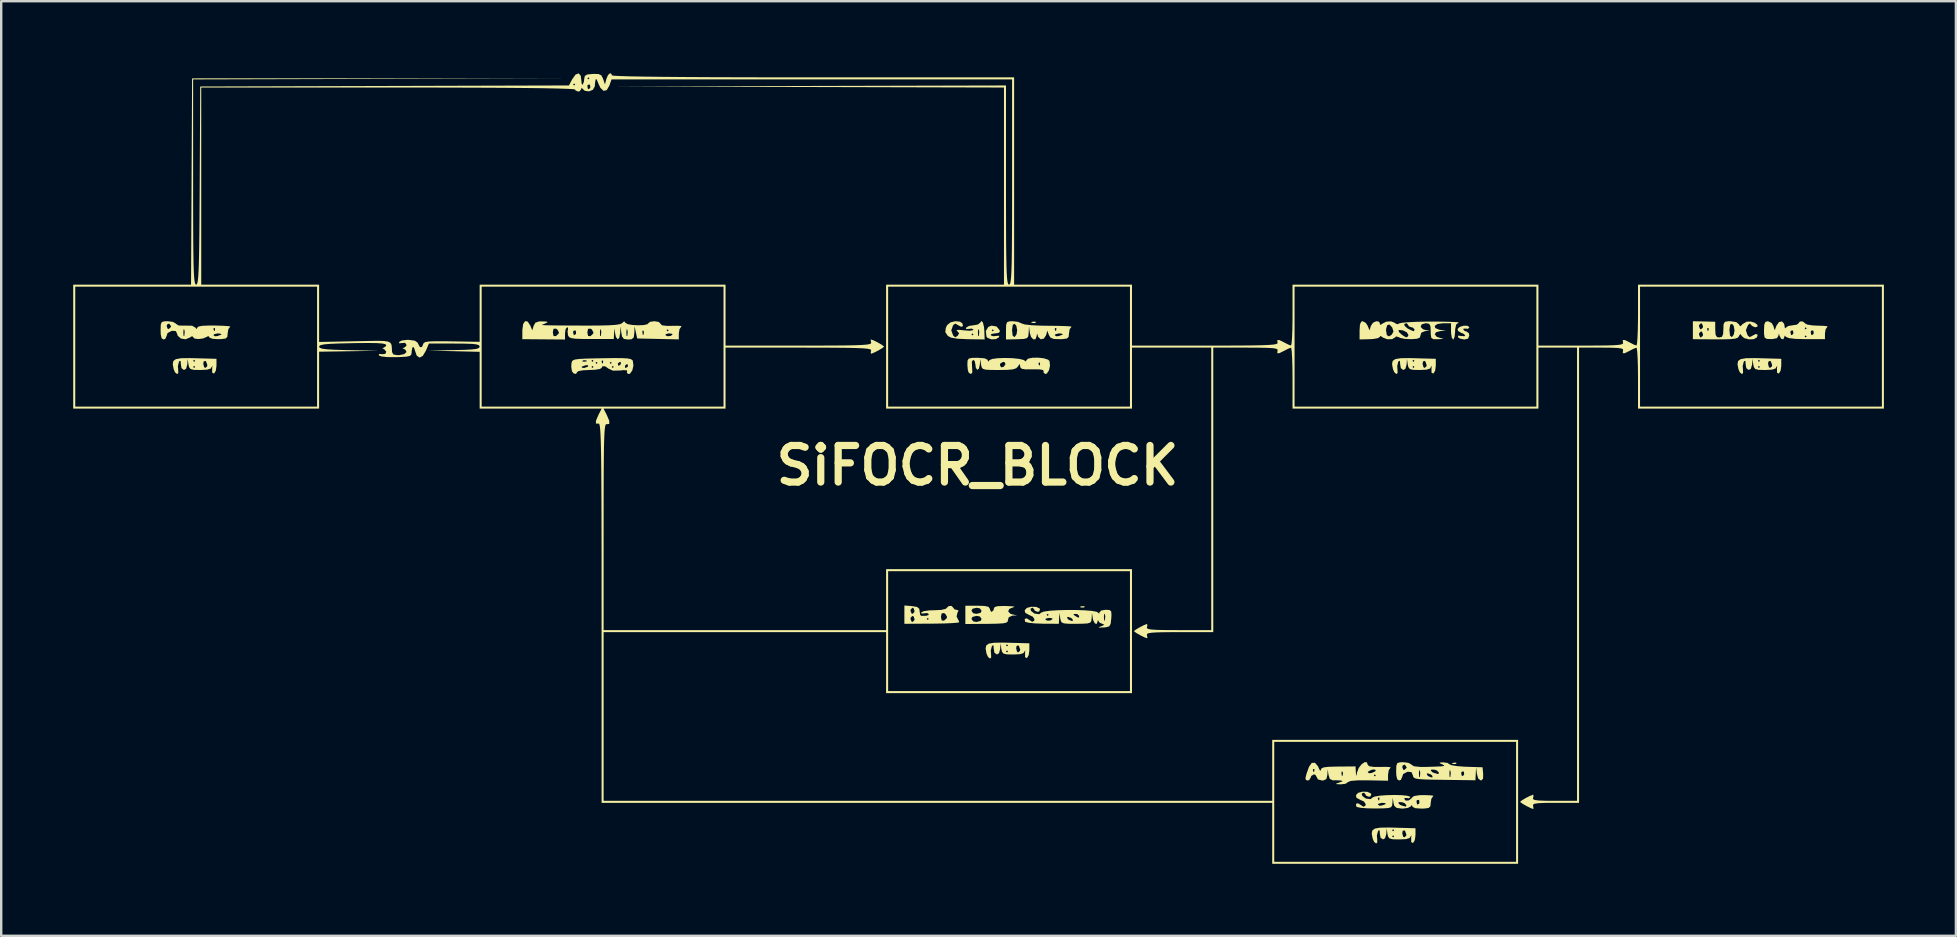
<source format=kicad_pcb>
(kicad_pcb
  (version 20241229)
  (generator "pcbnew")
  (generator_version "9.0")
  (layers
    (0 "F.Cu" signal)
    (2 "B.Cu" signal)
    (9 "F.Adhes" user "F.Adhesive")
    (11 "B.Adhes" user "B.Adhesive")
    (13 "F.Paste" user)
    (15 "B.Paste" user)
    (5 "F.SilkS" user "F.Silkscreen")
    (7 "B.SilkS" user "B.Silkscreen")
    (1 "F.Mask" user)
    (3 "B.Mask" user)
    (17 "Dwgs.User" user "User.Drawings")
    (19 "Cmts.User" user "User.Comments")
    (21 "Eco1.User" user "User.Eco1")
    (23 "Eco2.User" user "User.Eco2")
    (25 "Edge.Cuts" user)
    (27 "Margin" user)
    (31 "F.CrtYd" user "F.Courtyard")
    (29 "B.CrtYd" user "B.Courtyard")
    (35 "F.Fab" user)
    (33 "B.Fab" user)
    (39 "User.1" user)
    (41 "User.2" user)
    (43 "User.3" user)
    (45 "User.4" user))
  (footprint "SiFOCR_BLOCK"
    (layer "F.Cu")
    (at 37.677 16.344)
    (property "Reference" "SiFOCR_BLOCK" (at 0 0 0) (layer "F.SilkS") (effects (font (size 1.524 1.524) (thickness 0.3))))
    (attr board_only exclude_from_pos_files exclude_from_bom)
    (fp_poly (pts (xy 2.432 -5.978) (xy 2.407 -5.939) (xy 2.321 -5.933) (xy 2.231 -5.954) (xy 2.27 -5.985) (xy 2.402 -5.995)) (stroke (width 0) (type solid)) (fill yes) (layer "F.SilkS"))
    (fp_poly (pts (xy 4.464 5.876) (xy 4.439 5.914) (xy 4.353 5.92) (xy 4.263 5.899) (xy 4.302 5.869) (xy 4.434 5.859)) (stroke (width 0) (type solid)) (fill yes) (layer "F.SilkS"))
    (fp_poly (pts (xy 19.958 12.395) (xy 19.933 12.433) (xy 19.847 12.439) (xy 19.757 12.419) (xy 19.796 12.388) (xy 19.928 12.378)) (stroke (width 0) (type solid)) (fill yes) (layer "F.SilkS"))
    (fp_poly (pts (xy 0.79 -5.792) (xy 0.915 -5.647) (xy 0.93 -5.567) (xy 0.858 -5.519) (xy 0.715 -5.503) (xy 0.571 -5.479) (xy 0.545 -5.427) (xy 0.654 -5.385) (xy 0.775 -5.398) (xy 0.902 -5.408) (xy 0.897 -5.347) (xy 0.767 -5.266) (xy 0.578 -5.256) (xy 0.417 -5.314) (xy 0.371 -5.371) (xy 0.346 -5.604) (xy 0.362 -5.63) (xy 0.593 -5.63) (xy 0.635 -5.588) (xy 0.677 -5.63) (xy 0.635 -5.673) (xy 0.593 -5.63) (xy 0.362 -5.63) (xy 0.448 -5.773) (xy 0.584 -5.828)) (stroke (width 0) (type solid)) (fill yes) (layer "F.SilkS"))
    (fp_poly (pts (xy 20.488 -5.767) (xy 20.489 -5.754) (xy 20.428 -5.692) (xy 20.362 -5.703) (xy 20.253 -5.705) (xy 20.235 -5.67) (xy 20.304 -5.597) (xy 20.362 -5.588) (xy 20.466 -5.517) (xy 20.489 -5.419) (xy 20.438 -5.285) (xy 20.283 -5.249) (xy 20.1 -5.286) (xy 20.015 -5.347) (xy 20.018 -5.411) (xy 20.137 -5.398) (xy 20.28 -5.385) (xy 20.32 -5.417) (xy 20.249 -5.488) (xy 20.142 -5.53) (xy 20.016 -5.61) (xy 20 -5.688) (xy 20.091 -5.775) (xy 20.25 -5.823) (xy 20.406 -5.824)) (stroke (width 0) (type solid)) (fill yes) (layer "F.SilkS"))
    (fp_poly (pts (xy 0.295 5.852) (xy 0.453 5.886) (xy 0.507 5.954) (xy 0.508 5.969) (xy 0.554 6.082) (xy 0.593 6.096) (xy 0.668 6.027) (xy 0.677 5.969) (xy 0.713 5.898) (xy 0.84 5.861) (xy 1.093 5.853) (xy 1.206 5.855) (xy 1.439 5.866) (xy 1.547 5.883) (xy 1.508 5.902) (xy 1.503 5.903) (xy 1.323 5.974) (xy 1.277 6.081) (xy 1.371 6.178) (xy 1.46 6.206) (xy 1.651 6.242) (xy 1.46 6.254) (xy 1.302 6.32) (xy 1.27 6.428) (xy 1.257 6.5) (xy 1.198 6.548) (xy 1.063 6.576) (xy 0.822 6.59) (xy 0.446 6.597) (xy 0.381 6.597) (xy -0.508 6.604) (xy -0.508 6.392) (xy -0.254 6.392) (xy -0.18 6.494) (xy -0.042 6.519) (xy 0.128 6.475) (xy 0.169 6.392) (xy 0.096 6.29) (xy -0.042 6.265) (xy -0.213 6.309) (xy -0.254 6.392) (xy -0.508 6.392) (xy -0.508 6.054) (xy -0.254 6.054) (xy -0.18 6.156) (xy -0.042 6.181) (xy 0.128 6.137) (xy 0.169 6.054) (xy 0.096 5.952) (xy -0.042 5.927) (xy -0.213 5.971) (xy -0.254 6.054) (xy -0.508 6.054) (xy -0.508 5.842) (xy 0 5.842)) (stroke (width 0) (type solid)) (fill yes) (layer "F.SilkS"))
    (fp_poly (pts (xy 0.225 -5.954) (xy 0.269 -5.771) (xy 0.284 -5.595) (xy 0.296 -5.252) (xy -0.407 -5.262) (xy -0.83 -5.281) (xy -1.102 -5.327) (xy -1.233 -5.394) (xy -1.341 -5.552) (xy -1.324 -5.727) (xy -1.267 -5.848) (xy -1.131 -5.961) (xy -0.927 -6.012) (xy -0.73 -5.992) (xy -0.632 -5.921) (xy -0.606 -5.806) (xy -0.688 -5.78) (xy -0.809 -5.846) (xy -0.929 -5.914) (xy -1.013 -5.849) (xy -1.021 -5.837) (xy -1.094 -5.629) (xy -1.018 -5.42) (xy -1.018 -5.419) (xy -0.93 -5.339) (xy -0.83 -5.402) (xy -0.795 -5.461) (xy -0.254 -5.461) (xy -0.212 -5.419) (xy -0.169 -5.461) (xy -0.212 -5.503) (xy -0.254 -5.461) (xy -0.795 -5.461) (xy -0.767 -5.509) (xy -0.8 -5.546) (xy 0.017 -5.546) (xy 0.026 -5.401) (xy 0.052 -5.388) (xy 0.056 -5.396) (xy 0.072 -5.564) (xy 0.059 -5.65) (xy 0.032 -5.684) (xy 0.017 -5.572) (xy 0.017 -5.546) (xy -0.8 -5.546) (xy -0.847 -5.598) (xy -0.877 -5.645) (xy -0.763 -5.652) (xy -0.572 -5.631) (xy -0.321 -5.613) (xy -0.184 -5.637) (xy -0.169 -5.66) (xy -0.237 -5.705) (xy -0.352 -5.694) (xy -0.479 -5.683) (xy -0.474 -5.744) (xy -0.353 -5.816) (xy -0.171 -5.842) (xy 0.016 -5.875) (xy 0.108 -5.948) (xy 0.167 -6.022)) (stroke (width 0) (type solid)) (fill yes) (layer "F.SilkS"))
    (fp_poly (pts (xy -32.577 -4.469) (xy -31.708 -4.445) (xy -31.708 -4.156) (xy -31.735 -3.951) (xy -31.803 -3.836) (xy -31.813 -3.831) (xy -31.886 -3.867) (xy -31.888 -4.036) (xy -31.877 -4.159) (xy -31.892 -4.138) (xy -31.894 -4.128) (xy -31.952 -4.038) (xy -32.096 -3.993) (xy -32.364 -3.979) (xy -32.385 -3.979) (xy -32.649 -3.985) (xy -32.789 -4.018) (xy -32.851 -4.1) (xy -32.853 -4.106) (xy -32.681 -4.106) (xy -32.639 -4.064) (xy -32.597 -4.106) (xy -32.639 -4.149) (xy -32.681 -4.106) (xy -32.853 -4.106) (xy -32.875 -4.212) (xy -32.879 -4.238) (xy -32.258 -4.238) (xy -32.223 -4.098) (xy -32.173 -4.064) (xy -32.097 -4.132) (xy -32.089 -4.186) (xy -32.14 -4.33) (xy -32.173 -4.36) (xy -32.24 -4.334) (xy -32.258 -4.238) (xy -32.879 -4.238) (xy -32.897 -4.36) (xy -32.681 -4.36) (xy -32.639 -4.318) (xy -32.597 -4.36) (xy -32.639 -4.403) (xy -32.681 -4.36) (xy -32.897 -4.36) (xy -32.91 -4.445) (xy -32.923 -4.212) (xy -32.974 -4.029) (xy -33.062 -3.979) (xy -33.164 -4.054) (xy -33.191 -4.212) (xy -33.204 -4.359) (xy -33.247 -4.354) (xy -33.272 -4.319) (xy -33.316 -4.139) (xy -33.304 -4.001) (xy -33.299 -3.851) (xy -33.348 -3.81) (xy -33.435 -3.882) (xy -33.493 -4.021) (xy -33.53 -4.22) (xy -33.506 -4.353) (xy -33.398 -4.432) (xy -33.181 -4.469) (xy -32.833 -4.475)) (stroke (width 0) (type solid)) (fill yes) (layer "F.SilkS"))
    (fp_poly (pts (xy 1.29 7.384) (xy 2.159 7.408) (xy 2.159 7.698) (xy 2.131 7.902) (xy 2.064 8.017) (xy 2.054 8.022) (xy 1.981 7.987) (xy 1.979 7.817) (xy 1.99 7.694) (xy 1.975 7.716) (xy 1.972 7.726) (xy 1.914 7.815) (xy 1.771 7.861) (xy 1.502 7.874) (xy 1.481 7.874) (xy 1.218 7.868) (xy 1.077 7.835) (xy 1.016 7.754) (xy 1.014 7.747) (xy 1.185 7.747) (xy 1.228 7.789) (xy 1.27 7.747) (xy 1.228 7.705) (xy 1.185 7.747) (xy 1.014 7.747) (xy 0.992 7.641) (xy 0.988 7.615) (xy 1.609 7.615) (xy 1.643 7.755) (xy 1.693 7.789) (xy 1.769 7.721) (xy 1.778 7.667) (xy 1.726 7.523) (xy 1.693 7.493) (xy 1.627 7.519) (xy 1.609 7.615) (xy 0.988 7.615) (xy 0.97 7.493) (xy 1.185 7.493) (xy 1.228 7.535) (xy 1.27 7.493) (xy 1.228 7.451) (xy 1.185 7.493) (xy 0.97 7.493) (xy 0.957 7.408) (xy 0.944 7.641) (xy 0.893 7.824) (xy 0.804 7.874) (xy 0.703 7.799) (xy 0.676 7.641) (xy 0.663 7.494) (xy 0.619 7.5) (xy 0.595 7.535) (xy 0.55 7.714) (xy 0.563 7.852) (xy 0.568 8.002) (xy 0.519 8.043) (xy 0.432 7.971) (xy 0.373 7.832) (xy 0.337 7.633) (xy 0.361 7.5) (xy 0.469 7.421) (xy 0.685 7.385) (xy 1.034 7.379)) (stroke (width 0) (type solid)) (fill yes) (layer "F.SilkS"))
    (fp_poly (pts (xy 17.376 15.089) (xy 18.246 15.113) (xy 18.246 15.402) (xy 18.218 15.607) (xy 18.15 15.722) (xy 18.141 15.727) (xy 18.068 15.691) (xy 18.066 15.522) (xy 18.076 15.399) (xy 18.062 15.42) (xy 18.059 15.431) (xy 18.001 15.52) (xy 17.858 15.565) (xy 17.589 15.579) (xy 17.568 15.579) (xy 17.304 15.573) (xy 17.164 15.54) (xy 17.102 15.458) (xy 17.101 15.452) (xy 17.272 15.452) (xy 17.314 15.494) (xy 17.357 15.452) (xy 17.314 15.409) (xy 17.272 15.452) (xy 17.101 15.452) (xy 17.079 15.346) (xy 17.075 15.32) (xy 17.695 15.32) (xy 17.73 15.46) (xy 17.78 15.494) (xy 17.856 15.426) (xy 17.865 15.372) (xy 17.813 15.228) (xy 17.78 15.198) (xy 17.713 15.224) (xy 17.695 15.32) (xy 17.075 15.32) (xy 17.056 15.198) (xy 17.272 15.198) (xy 17.314 15.24) (xy 17.357 15.198) (xy 17.314 15.155) (xy 17.272 15.198) (xy 17.056 15.198) (xy 17.043 15.113) (xy 17.031 15.346) (xy 16.979 15.529) (xy 16.891 15.579) (xy 16.789 15.504) (xy 16.763 15.346) (xy 16.75 15.199) (xy 16.706 15.204) (xy 16.682 15.239) (xy 16.637 15.419) (xy 16.65 15.557) (xy 16.654 15.707) (xy 16.605 15.748) (xy 16.518 15.676) (xy 16.46 15.537) (xy 16.423 15.338) (xy 16.447 15.205) (xy 16.556 15.126) (xy 16.772 15.089) (xy 17.121 15.083)) (stroke (width 0) (type solid)) (fill yes) (layer "F.SilkS"))
    (fp_poly (pts (xy 18.223 -4.469) (xy 19.092 -4.445) (xy 19.092 -4.156) (xy 19.065 -3.951) (xy 18.997 -3.836) (xy 18.987 -3.831) (xy 18.914 -3.867) (xy 18.912 -4.036) (xy 18.923 -4.159) (xy 18.908 -4.138) (xy 18.906 -4.128) (xy 18.848 -4.038) (xy 18.704 -3.993) (xy 18.436 -3.979) (xy 18.415 -3.979) (xy 18.151 -3.985) (xy 18.011 -4.018) (xy 17.949 -4.1) (xy 17.947 -4.106) (xy 18.119 -4.106) (xy 18.161 -4.064) (xy 18.203 -4.106) (xy 18.161 -4.149) (xy 18.119 -4.106) (xy 17.947 -4.106) (xy 17.925 -4.212) (xy 17.921 -4.238) (xy 18.542 -4.238) (xy 18.577 -4.098) (xy 18.627 -4.064) (xy 18.703 -4.132) (xy 18.711 -4.186) (xy 18.66 -4.33) (xy 18.627 -4.36) (xy 18.56 -4.334) (xy 18.542 -4.238) (xy 17.921 -4.238) (xy 17.903 -4.36) (xy 18.119 -4.36) (xy 18.161 -4.318) (xy 18.203 -4.36) (xy 18.161 -4.403) (xy 18.119 -4.36) (xy 17.903 -4.36) (xy 17.89 -4.445) (xy 17.877 -4.212) (xy 17.826 -4.029) (xy 17.738 -3.979) (xy 17.636 -4.054) (xy 17.609 -4.212) (xy 17.596 -4.359) (xy 17.553 -4.354) (xy 17.528 -4.319) (xy 17.484 -4.139) (xy 17.496 -4.001) (xy 17.501 -3.851) (xy 17.452 -3.81) (xy 17.365 -3.882) (xy 17.307 -4.021) (xy 17.27 -4.22) (xy 17.294 -4.353) (xy 17.402 -4.432) (xy 17.619 -4.469) (xy 17.967 -4.475)) (stroke (width 0) (type solid)) (fill yes) (layer "F.SilkS"))
    (fp_poly (pts (xy 32.616 -4.469) (xy 33.486 -4.445) (xy 33.486 -4.156) (xy 33.458 -3.951) (xy 33.39 -3.836) (xy 33.381 -3.831) (xy 33.308 -3.867) (xy 33.306 -4.036) (xy 33.316 -4.159) (xy 33.302 -4.138) (xy 33.299 -4.128) (xy 33.241 -4.038) (xy 33.098 -3.993) (xy 32.829 -3.979) (xy 32.808 -3.979) (xy 32.544 -3.985) (xy 32.404 -4.018) (xy 32.342 -4.1) (xy 32.341 -4.106) (xy 32.512 -4.106) (xy 32.554 -4.064) (xy 32.597 -4.106) (xy 32.554 -4.149) (xy 32.512 -4.106) (xy 32.341 -4.106) (xy 32.319 -4.212) (xy 32.315 -4.238) (xy 32.935 -4.238) (xy 32.97 -4.098) (xy 33.02 -4.064) (xy 33.096 -4.132) (xy 33.105 -4.186) (xy 33.053 -4.33) (xy 33.02 -4.36) (xy 32.953 -4.334) (xy 32.935 -4.238) (xy 32.315 -4.238) (xy 32.296 -4.36) (xy 32.512 -4.36) (xy 32.554 -4.318) (xy 32.597 -4.36) (xy 32.554 -4.403) (xy 32.512 -4.36) (xy 32.296 -4.36) (xy 32.283 -4.445) (xy 32.271 -4.212) (xy 32.219 -4.029) (xy 32.131 -3.979) (xy 32.029 -4.054) (xy 32.003 -4.212) (xy 31.99 -4.359) (xy 31.946 -4.354) (xy 31.922 -4.319) (xy 31.877 -4.139) (xy 31.89 -4.001) (xy 31.894 -3.851) (xy 31.845 -3.81) (xy 31.758 -3.882) (xy 31.7 -4.021) (xy 31.663 -4.22) (xy 31.687 -4.353) (xy 31.796 -4.432) (xy 32.012 -4.469) (xy 32.361 -4.475)) (stroke (width 0) (type solid)) (fill yes) (layer "F.SilkS"))
    (fp_poly (pts (xy -2.731 5.858) (xy -2.518 5.893) (xy -2.428 5.971) (xy -2.413 6.073) (xy -2.389 6.222) (xy -2.349 6.264) (xy -2.135 6.261) (xy -2.045 6.229) (xy -2.032 6.189) (xy -2.1 6.147) (xy -2.215 6.16) (xy -2.342 6.169) (xy -2.341 6.116) (xy -2.232 6.067) (xy -2.008 6.036) (xy -1.802 6.03) (xy -1.511 6.016) (xy -1.329 5.974) (xy -1.288 5.938) (xy -1.202 5.857) (xy -1.082 5.85) (xy -1.016 5.92) (xy -1.016 5.927) (xy -0.947 6) (xy -0.879 6.011) (xy -0.79 6.04) (xy -0.831 6.12) (xy -0.873 6.284) (xy -0.843 6.353) (xy -0.774 6.488) (xy -0.763 6.53) (xy -0.842 6.55) (xy -1.06 6.567) (xy -1.385 6.581) (xy -1.787 6.588) (xy -1.905 6.589) (xy -3.048 6.595) (xy -3.048 6.392) (xy -2.794 6.392) (xy -2.748 6.505) (xy -2.709 6.519) (xy -2.634 6.451) (xy -2.625 6.392) (xy -2.117 6.392) (xy -2.074 6.435) (xy -2.032 6.392) (xy -2.074 6.35) (xy -2.117 6.392) (xy -2.625 6.392) (xy -2.659 6.308) (xy -1.524 6.308) (xy -1.494 6.456) (xy -1.397 6.465) (xy -1.285 6.364) (xy -1.27 6.308) (xy -1.338 6.185) (xy -1.397 6.15) (xy -1.495 6.161) (xy -1.524 6.308) (xy -2.659 6.308) (xy -2.67 6.28) (xy -2.709 6.265) (xy -2.784 6.334) (xy -2.794 6.392) (xy -3.048 6.392) (xy -3.048 6.054) (xy -2.794 6.054) (xy -2.748 6.166) (xy -2.709 6.181) (xy -2.634 6.112) (xy -2.625 6.054) (xy -2.67 5.941) (xy -2.709 5.927) (xy -2.784 5.995) (xy -2.794 6.054) (xy -3.048 6.054) (xy -3.048 5.832)) (stroke (width 0) (type solid)) (fill yes) (layer "F.SilkS"))
    (fp_poly (pts (xy 1.686 -5.985) (xy 1.834 -5.921) (xy 1.837 -5.918) (xy 1.965 -5.876) (xy 2.239 -5.845) (xy 2.64 -5.826) (xy 2.976 -5.821) (xy 3.362 -5.817) (xy 3.667 -5.808) (xy 3.862 -5.796) (xy 3.92 -5.782) (xy 3.916 -5.78) (xy 3.838 -5.678) (xy 3.81 -5.507) (xy 3.797 -5.362) (xy 3.727 -5.291) (xy 3.556 -5.267) (xy 3.425 -5.263) (xy 3.175 -5.272) (xy 3.041 -5.326) (xy 2.979 -5.427) (xy 3.217 -5.427) (xy 3.285 -5.383) (xy 3.387 -5.394) (xy 3.523 -5.443) (xy 3.556 -5.471) (xy 3.485 -5.497) (xy 3.387 -5.503) (xy 3.249 -5.471) (xy 3.217 -5.427) (xy 2.979 -5.427) (xy 2.973 -5.437) (xy 2.906 -5.618) (xy 2.858 -5.434) (xy 2.764 -5.286) (xy 2.633 -5.259) (xy 2.527 -5.358) (xy 2.514 -5.397) (xy 2.482 -5.502) (xy 2.468 -5.442) (xy 2.465 -5.397) (xy 2.416 -5.262) (xy 2.323 -5.255) (xy 2.229 -5.356) (xy 2.178 -5.524) (xy 2.16 -5.673) (xy 3.217 -5.673) (xy 3.248 -5.603) (xy 3.274 -5.616) (xy 3.284 -5.717) (xy 3.274 -5.729) (xy 3.223 -5.717) (xy 3.217 -5.673) (xy 2.16 -5.673) (xy 2.144 -5.8) (xy 2.13 -5.536) (xy 2.114 -5.384) (xy 2.058 -5.305) (xy 1.919 -5.272) (xy 1.654 -5.261) (xy 1.651 -5.261) (xy 1.185 -5.25) (xy 1.185 -5.63) (xy 1.439 -5.63) (xy 1.462 -5.413) (xy 1.533 -5.352) (xy 1.545 -5.355) (xy 1.622 -5.456) (xy 1.651 -5.63) (xy 1.618 -5.816) (xy 1.545 -5.905) (xy 1.468 -5.863) (xy 1.44 -5.665) (xy 1.439 -5.63) (xy 1.185 -5.63) (xy 1.185 -5.631) (xy 1.192 -5.865) (xy 1.235 -5.975) (xy 1.347 -6.009) (xy 1.465 -6.011)) (stroke (width 0) (type solid)) (fill yes) (layer "F.SilkS"))
    (fp_poly (pts (xy 33.086 -5.937) (xy 33.153 -5.822) (xy 33.213 -5.633) (xy 33.283 -5.822) (xy 33.39 -5.975) (xy 33.516 -6.003) (xy 33.605 -5.905) (xy 33.619 -5.821) (xy 33.639 -5.714) (xy 33.64 -5.715) (xy 34.459 -5.715) (xy 34.502 -5.673) (xy 34.544 -5.715) (xy 34.502 -5.757) (xy 34.459 -5.715) (xy 33.64 -5.715) (xy 33.669 -5.736) (xy 33.775 -5.812) (xy 33.958 -5.842) (xy 34.134 -5.867) (xy 34.205 -5.927) (xy 34.266 -6.001) (xy 34.385 -5.999) (xy 34.474 -5.925) (xy 34.475 -5.921) (xy 34.57 -5.871) (xy 34.785 -5.837) (xy 35.012 -5.826) (xy 35.258 -5.818) (xy 35.401 -5.802) (xy 35.412 -5.783) (xy 35.335 -5.678) (xy 35.306 -5.505) (xy 35.306 -5.266) (xy 34.524 -5.264) (xy 34.089 -5.274) (xy 33.805 -5.307) (xy 33.679 -5.361) (xy 33.679 -5.362) (xy 33.663 -5.376) (xy 34.459 -5.376) (xy 34.502 -5.334) (xy 34.544 -5.376) (xy 34.502 -5.419) (xy 34.459 -5.376) (xy 33.663 -5.376) (xy 33.624 -5.414) (xy 33.614 -5.355) (xy 33.57 -5.257) (xy 33.483 -5.279) (xy 33.417 -5.397) (xy 33.385 -5.494) (xy 33.37 -5.429) (xy 33.368 -5.406) (xy 33.306 -5.304) (xy 33.117 -5.267) (xy 33.062 -5.266) (xy 32.879 -5.275) (xy 32.793 -5.331) (xy 32.768 -5.483) (xy 32.767 -5.551) (xy 33.867 -5.551) (xy 33.895 -5.428) (xy 33.968 -5.465) (xy 33.99 -5.497) (xy 33.985 -5.551) (xy 34.713 -5.551) (xy 34.741 -5.428) (xy 34.815 -5.465) (xy 34.837 -5.497) (xy 34.826 -5.606) (xy 34.799 -5.629) (xy 34.726 -5.611) (xy 34.713 -5.551) (xy 33.985 -5.551) (xy 33.979 -5.606) (xy 33.953 -5.629) (xy 33.879 -5.611) (xy 33.867 -5.551) (xy 32.767 -5.551) (xy 32.766 -5.639) (xy 32.778 -5.874) (xy 32.827 -5.984) (xy 32.93 -6.011)) (stroke (width 0) (type solid)) (fill yes) (layer "F.SilkS"))
    (fp_poly (pts (xy 2.762 -4.466) (xy 2.938 -4.41) (xy 2.997 -4.354) (xy 3.02 -4.162) (xy 2.976 -3.965) (xy 2.887 -3.831) (xy 2.83 -3.81) (xy 2.749 -3.868) (xy 2.755 -3.916) (xy 2.732 -3.976) (xy 2.587 -4.005) (xy 2.297 -4.006) (xy 2.287 -4.006) (xy 1.999 -4.005) (xy 1.843 -4.029) (xy 1.782 -4.089) (xy 1.775 -4.133) (xy 1.764 -4.228) (xy 1.715 -4.176) (xy 1.687 -4.128) (xy 1.614 -4.053) (xy 1.481 -4.007) (xy 1.25 -3.985) (xy 0.89 -3.979) (xy 0.545 -3.981) (xy 0.333 -3.994) (xy 0.219 -4.029) (xy 0.169 -4.098) (xy 0.151 -4.184) (xy 0.931 -4.184) (xy 0.981 -4.091) (xy 1.082 -4.106) (xy 1.166 -4.217) (xy 1.159 -4.233) (xy 2.54 -4.233) (xy 2.571 -4.164) (xy 2.596 -4.177) (xy 2.607 -4.277) (xy 2.596 -4.29) (xy 2.546 -4.278) (xy 2.54 -4.233) (xy 1.159 -4.233) (xy 1.129 -4.304) (xy 1.065 -4.318) (xy 0.949 -4.25) (xy 0.931 -4.184) (xy 0.151 -4.184) (xy 0.146 -4.211) (xy 0.145 -4.212) (xy 0.11 -4.445) (xy 0.097 -4.212) (xy 0.055 -4.031) (xy -0.017 -3.986) (xy -0.075 -4.083) (xy -0.085 -4.191) (xy -0.117 -4.35) (xy -0.18 -4.403) (xy -0.239 -4.327) (xy -0.228 -4.108) (xy -0.228 -4.106) (xy -0.216 -3.886) (xy -0.269 -3.808) (xy -0.367 -3.866) (xy -0.406 -3.983) (xy -0.423 -4.188) (xy -0.423 -4.205) (xy -0.416 -4.372) (xy -0.365 -4.455) (xy -0.227 -4.484) (xy 0 -4.487) (xy 0.291 -4.467) (xy 0.418 -4.405) (xy 0.425 -4.381) (xy 0.445 -4.324) (xy 0.497 -4.388) (xy 0.612 -4.439) (xy 0.844 -4.47) (xy 1.142 -4.48) (xy 1.454 -4.471) (xy 1.73 -4.443) (xy 1.919 -4.398) (xy 1.967 -4.365) (xy 2.022 -4.332) (xy 2.031 -4.381) (xy 2.105 -4.452) (xy 2.289 -4.489) (xy 2.527 -4.493)) (stroke (width 0) (type solid)) (fill yes) (layer "F.SilkS"))
    (fp_poly (pts (xy 31.615 -5.974) (xy 31.72 -5.882) (xy 31.772 -5.798) (xy 31.845 -5.856) (xy 31.87 -5.889) (xy 32.043 -5.991) (xy 32.213 -5.997) (xy 32.381 -5.947) (xy 32.486 -5.865) (xy 32.5 -5.789) (xy 32.399 -5.757) (xy 32.26 -5.818) (xy 32.229 -5.863) (xy 32.171 -5.917) (xy 32.096 -5.842) (xy 32.011 -5.639) (xy 32.076 -5.436) (xy 32.084 -5.424) (xy 32.167 -5.347) (xy 32.281 -5.403) (xy 32.296 -5.415) (xy 32.432 -5.483) (xy 32.502 -5.444) (xy 32.473 -5.34) (xy 32.341 -5.264) (xy 32.138 -5.255) (xy 31.944 -5.307) (xy 31.851 -5.386) (xy 31.784 -5.479) (xy 31.736 -5.419) (xy 31.723 -5.386) (xy 31.675 -5.325) (xy 31.565 -5.286) (xy 31.366 -5.264) (xy 31.047 -5.256) (xy 30.737 -5.256) (xy 29.803 -5.262) (xy 29.803 -5.461) (xy 30.057 -5.461) (xy 30.102 -5.348) (xy 30.141 -5.334) (xy 30.216 -5.403) (xy 30.226 -5.461) (xy 30.18 -5.574) (xy 30.141 -5.588) (xy 30.066 -5.519) (xy 30.057 -5.461) (xy 29.803 -5.461) (xy 29.803 -5.8) (xy 30.057 -5.8) (xy 30.102 -5.687) (xy 30.141 -5.673) (xy 30.395 -5.673) (xy 30.426 -5.603) (xy 30.452 -5.616) (xy 30.462 -5.717) (xy 30.452 -5.729) (xy 30.401 -5.717) (xy 30.395 -5.673) (xy 30.141 -5.673) (xy 30.216 -5.741) (xy 30.226 -5.8) (xy 30.18 -5.912) (xy 30.141 -5.927) (xy 30.066 -5.858) (xy 30.057 -5.8) (xy 29.803 -5.8) (xy 29.803 -6.011) (xy 30.268 -6) (xy 30.734 -5.989) (xy 30.734 -5.662) (xy 30.749 -5.444) (xy 30.81 -5.35) (xy 30.903 -5.334) (xy 31.014 -5.362) (xy 31.063 -5.477) (xy 31.071 -5.63) (xy 31.327 -5.63) (xy 31.35 -5.413) (xy 31.421 -5.352) (xy 31.433 -5.355) (xy 31.509 -5.456) (xy 31.538 -5.63) (xy 31.505 -5.816) (xy 31.433 -5.905) (xy 31.356 -5.863) (xy 31.327 -5.665) (xy 31.327 -5.63) (xy 31.071 -5.63) (xy 31.073 -5.673) (xy 31.082 -5.889) (xy 31.137 -5.986) (xy 31.282 -6.011) (xy 31.372 -6.011)) (stroke (width 0) (type solid)) (fill yes) (layer "F.SilkS"))
    (fp_poly (pts (xy -33.527 -5.984) (xy -33.403 -5.916) (xy -33.397 -5.903) (xy -33.279 -5.831) (xy -33.013 -5.828) (xy -33.008 -5.829) (xy -32.721 -5.823) (xy -32.588 -5.746) (xy -32.527 -5.681) (xy -32.513 -5.736) (xy -32.46 -5.79) (xy -32.287 -5.821) (xy -31.976 -5.832) (xy -31.771 -5.831) (xy -31.456 -5.822) (xy -31.233 -5.808) (xy -31.131 -5.791) (xy -31.136 -5.782) (xy -31.214 -5.678) (xy -31.242 -5.507) (xy -31.255 -5.361) (xy -31.326 -5.291) (xy -31.499 -5.267) (xy -31.623 -5.263) (xy -31.863 -5.277) (xy -31.992 -5.323) (xy -32.004 -5.347) (xy -32.05 -5.393) (xy -32.11 -5.36) (xy -32.267 -5.293) (xy -32.459 -5.268) (xy -32.62 -5.287) (xy -32.681 -5.345) (xy -32.721 -5.391) (xy -32.804 -5.338) (xy -32.995 -5.259) (xy -33.19 -5.288) (xy -33.322 -5.407) (xy -33.342 -5.47) (xy -33.375 -5.546) (xy -33.088 -5.546) (xy -33.079 -5.401) (xy -33.053 -5.388) (xy -33.049 -5.396) (xy -33.046 -5.427) (xy -31.835 -5.427) (xy -31.767 -5.383) (xy -31.665 -5.394) (xy -31.529 -5.443) (xy -31.496 -5.471) (xy -31.567 -5.497) (xy -31.665 -5.503) (xy -31.803 -5.471) (xy -31.835 -5.427) (xy -33.046 -5.427) (xy -33.032 -5.564) (xy -33.046 -5.65) (xy -33.064 -5.673) (xy -31.835 -5.673) (xy -31.804 -5.603) (xy -31.778 -5.616) (xy -31.768 -5.717) (xy -31.778 -5.729) (xy -31.829 -5.717) (xy -31.835 -5.673) (xy -33.064 -5.673) (xy -33.073 -5.684) (xy -33.088 -5.572) (xy -33.088 -5.546) (xy -33.375 -5.546) (xy -33.399 -5.599) (xy -33.548 -5.613) (xy -33.575 -5.608) (xy -33.746 -5.518) (xy -33.782 -5.409) (xy -33.838 -5.277) (xy -33.909 -5.249) (xy -33.993 -5.299) (xy -34.031 -5.469) (xy -34.036 -5.63) (xy -34.031 -5.8) (xy -33.782 -5.8) (xy -33.739 -5.694) (xy -33.691 -5.689) (xy -33.604 -5.776) (xy -33.6 -5.8) (xy -33.666 -5.899) (xy -33.691 -5.91) (xy -33.768 -5.87) (xy -33.782 -5.8) (xy -34.031 -5.8) (xy -34.03 -5.864) (xy -33.987 -5.975) (xy -33.871 -6.009) (xy -33.737 -6.011)) (stroke (width 0) (type solid)) (fill yes) (layer "F.SilkS"))
    (fp_poly (pts (xy 16.221 12.364) (xy 16.256 12.467) (xy 16.317 12.529) (xy 16.511 12.558) (xy 16.785 12.558) (xy 17.039 12.556) (xy 17.191 12.566) (xy 17.209 12.586) (xy 17.133 12.693) (xy 17.103 12.881) (xy 17.103 13.133) (xy 16.281 13.117) (xy 15.833 13.118) (xy 15.551 13.142) (xy 15.431 13.189) (xy 15.427 13.196) (xy 15.33 13.261) (xy 15.137 13.284) (xy 15.127 13.284) (xy 14.953 13.275) (xy 14.938 13.255) (xy 15.07 13.208) (xy 15.071 13.208) (xy 15.205 13.158) (xy 15.185 13.132) (xy 15.113 13.122) (xy 14.895 13.113) (xy 14.802 13.118) (xy 14.677 13.057) (xy 14.624 12.895) (xy 14.612 12.82) (xy 15.162 12.82) (xy 15.178 12.93) (xy 15.206 12.931) (xy 15.227 12.818) (xy 15.213 12.769) (xy 15.176 12.737) (xy 15.162 12.82) (xy 14.612 12.82) (xy 14.588 12.658) (xy 14.575 12.89) (xy 14.535 13.063) (xy 14.41 13.121) (xy 14.351 13.123) (xy 14.181 13.079) (xy 14.139 12.996) (xy 14.072 12.884) (xy 14.012 12.869) (xy 13.9 12.937) (xy 13.885 12.996) (xy 13.817 13.107) (xy 13.753 13.123) (xy 13.679 13.103) (xy 13.662 13.021) (xy 13.705 12.846) (xy 13.757 12.7) (xy 13.97 12.7) (xy 14.001 12.77) (xy 14.026 12.756) (xy 14.037 12.656) (xy 14.026 12.644) (xy 13.976 12.655) (xy 13.97 12.7) (xy 13.757 12.7) (xy 13.81 12.552) (xy 13.923 12.391) (xy 14.059 12.386) (xy 14.184 12.532) (xy 14.21 12.594) (xy 14.27 12.715) (xy 14.301 12.698) (xy 14.302 12.688) (xy 14.33 12.619) (xy 14.428 12.576) (xy 14.626 12.553) (xy 14.957 12.544) (xy 15.028 12.543) (xy 15.748 12.537) (xy 15.76 12.767) (xy 15.77 12.92) (xy 15.782 12.912) (xy 16.51 12.912) (xy 16.552 12.954) (xy 16.595 12.912) (xy 16.552 12.869) (xy 16.51 12.912) (xy 15.782 12.912) (xy 15.786 12.909) (xy 15.81 12.792) (xy 15.812 12.787) (xy 16.256 12.787) (xy 16.324 12.822) (xy 16.425 12.809) (xy 16.563 12.746) (xy 16.595 12.698) (xy 16.527 12.662) (xy 16.425 12.675) (xy 16.288 12.739) (xy 16.256 12.787) (xy 15.812 12.787) (xy 15.881 12.602) (xy 15.998 12.45) (xy 16.123 12.362)) (stroke (width 0) (type solid)) (fill yes) (layer "F.SilkS"))
    (fp_poly (pts (xy -14.817 -4.474) (xy -14.589 -4.461) (xy -14.453 -4.434) (xy -14.383 -4.393) (xy -14.361 -4.356) (xy -14.337 -4.16) (xy -14.383 -3.962) (xy -14.476 -3.83) (xy -14.535 -3.81) (xy -14.612 -3.857) (xy -14.597 -3.908) (xy -14.607 -3.965) (xy -14.754 -3.973) (xy -14.89 -3.958) (xy -15.188 -3.951) (xy -15.363 -4.029) (xy -15.476 -4.106) (xy -15.24 -4.106) (xy -15.198 -4.064) (xy -15.155 -4.106) (xy -15.198 -4.149) (xy -15.24 -4.106) (xy -15.476 -4.106) (xy -15.514 -4.132) (xy -15.63 -4.134) (xy -15.663 -4.064) (xy -15.74 -4.019) (xy -15.942 -3.988) (xy -16.171 -3.979) (xy -16.442 -3.966) (xy -16.625 -3.933) (xy -16.679 -3.895) (xy -16.729 -3.815) (xy -16.83 -3.838) (xy -16.9 -3.931) (xy -16.926 -4.109) (xy -16.926 -4.117) (xy -16.487 -4.117) (xy -16.485 -4.075) (xy -16.388 -4.064) (xy -16.26 -4.106) (xy -16.087 -4.106) (xy -16.044 -4.064) (xy -16.002 -4.106) (xy -16.044 -4.149) (xy -16.087 -4.106) (xy -16.26 -4.106) (xy -16.247 -4.111) (xy -16.219 -4.141) (xy -16.246 -4.184) (xy -16.341 -4.173) (xy -16.487 -4.117) (xy -16.926 -4.117) (xy -16.919 -4.248) (xy -16.913 -4.276) (xy -15.917 -4.276) (xy -15.875 -4.233) (xy -15.833 -4.276) (xy -15.875 -4.318) (xy -15.663 -4.318) (xy -15.632 -4.248) (xy -15.607 -4.262) (xy -15.605 -4.276) (xy -15.325 -4.276) (xy -15.282 -4.233) (xy -14.986 -4.233) (xy -14.957 -4.151) (xy -14.949 -4.149) (xy -14.69 -4.149) (xy -14.683 -4.071) (xy -14.652 -4.064) (xy -14.566 -4.125) (xy -14.563 -4.149) (xy -14.592 -4.231) (xy -14.6 -4.233) (xy -14.672 -4.174) (xy -14.69 -4.149) (xy -14.949 -4.149) (xy -14.876 -4.208) (xy -14.859 -4.233) (xy -14.866 -4.311) (xy -14.896 -4.318) (xy -14.983 -4.257) (xy -14.986 -4.233) (xy -15.282 -4.233) (xy -15.24 -4.276) (xy -15.282 -4.318) (xy -15.325 -4.276) (xy -15.605 -4.276) (xy -15.597 -4.362) (xy -15.607 -4.374) (xy -15.657 -4.363) (xy -15.663 -4.318) (xy -15.875 -4.318) (xy -15.917 -4.276) (xy -16.913 -4.276) (xy -16.903 -4.325) (xy -16.893 -4.338) (xy -16.473 -4.338) (xy -16.39 -4.325) (xy -16.28 -4.34) (xy -16.279 -4.36) (xy -16.087 -4.36) (xy -16.044 -4.318) (xy -16.002 -4.36) (xy -16.044 -4.403) (xy -16.087 -4.36) (xy -16.279 -4.36) (xy -16.279 -4.369) (xy -16.392 -4.389) (xy -16.441 -4.376) (xy -16.473 -4.338) (xy -16.893 -4.338) (xy -16.862 -4.379) (xy -16.771 -4.415) (xy -16.603 -4.438) (xy -16.333 -4.453) (xy -15.933 -4.463) (xy -15.652 -4.468) (xy -15.163 -4.475)) (stroke (width 0) (type solid)) (fill yes) (layer "F.SilkS"))
    (fp_poly (pts (xy 17.95 12.388) (xy 18.073 12.455) (xy 18.08 12.467) (xy 18.182 12.53) (xy 18.434 12.558) (xy 18.691 12.558) (xy 19.076 12.546) (xy 19.314 12.535) (xy 19.428 12.519) (xy 19.442 12.495) (xy 19.377 12.459) (xy 19.346 12.446) (xy 19.244 12.393) (xy 19.29 12.372) (xy 19.403 12.367) (xy 19.579 12.391) (xy 19.657 12.445) (xy 19.749 12.487) (xy 19.967 12.523) (xy 20.271 12.548) (xy 20.362 12.551) (xy 21.04 12.573) (xy 21.066 12.848) (xy 21.061 13.05) (xy 20.986 13.122) (xy 20.966 13.123) (xy 20.86 13.045) (xy 20.805 12.848) (xy 20.77 12.573) (xy 20.757 12.843) (xy 20.743 13.114) (xy 19.452 13.097) (xy 18.959 13.09) (xy 18.61 13.08) (xy 18.379 13.064) (xy 18.241 13.038) (xy 18.171 12.997) (xy 18.142 12.939) (xy 18.136 12.903) (xy 18.102 12.827) (xy 18.389 12.827) (xy 18.398 12.972) (xy 18.425 12.984) (xy 18.428 12.977) (xy 18.442 12.836) (xy 18.716 12.836) (xy 18.739 12.908) (xy 18.796 12.954) (xy 18.922 12.998) (xy 18.96 12.987) (xy 18.938 12.915) (xy 18.881 12.869) (xy 18.754 12.825) (xy 18.716 12.836) (xy 18.442 12.836) (xy 18.445 12.809) (xy 18.431 12.723) (xy 18.415 12.702) (xy 18.881 12.702) (xy 18.95 12.78) (xy 19.029 12.811) (xy 19.165 12.849) (xy 19.198 12.86) (xy 19.211 12.827) (xy 19.659 12.827) (xy 19.668 12.972) (xy 19.695 12.984) (xy 19.698 12.977) (xy 19.714 12.822) (xy 20.151 12.822) (xy 20.179 12.944) (xy 20.252 12.908) (xy 20.274 12.875) (xy 20.263 12.766) (xy 20.237 12.743) (xy 20.163 12.762) (xy 20.151 12.822) (xy 19.714 12.822) (xy 19.715 12.809) (xy 19.701 12.723) (xy 19.674 12.688) (xy 19.66 12.801) (xy 19.659 12.827) (xy 19.211 12.827) (xy 19.219 12.806) (xy 19.219 12.795) (xy 19.149 12.715) (xy 19.05 12.675) (xy 18.915 12.668) (xy 18.881 12.702) (xy 18.415 12.702) (xy 18.404 12.688) (xy 18.39 12.801) (xy 18.389 12.827) (xy 18.102 12.827) (xy 18.078 12.774) (xy 17.929 12.76) (xy 17.903 12.765) (xy 17.732 12.855) (xy 17.695 12.964) (xy 17.64 13.096) (xy 17.568 13.123) (xy 17.485 13.073) (xy 17.446 12.904) (xy 17.441 12.742) (xy 17.446 12.573) (xy 17.695 12.573) (xy 17.738 12.678) (xy 17.786 12.684) (xy 17.874 12.596) (xy 17.877 12.573) (xy 17.811 12.474) (xy 17.786 12.462) (xy 17.709 12.503) (xy 17.695 12.573) (xy 17.446 12.573) (xy 17.448 12.508) (xy 17.491 12.397) (xy 17.606 12.364) (xy 17.74 12.361)) (stroke (width 0) (type solid)) (fill yes) (layer "F.SilkS"))
    (fp_poly (pts (xy 16.239 13.595) (xy 16.381 13.658) (xy 16.404 13.695) (xy 16.369 13.786) (xy 16.305 13.801) (xy 16.188 13.757) (xy 16.171 13.716) (xy 16.107 13.634) (xy 16.087 13.631) (xy 16.002 13.674) (xy 16.032 13.767) (xy 16.155 13.862) (xy 16.192 13.878) (xy 16.375 13.9) (xy 16.393 13.885) (xy 16.679 13.885) (xy 16.71 13.955) (xy 16.736 13.942) (xy 16.746 13.841) (xy 16.736 13.829) (xy 16.685 13.841) (xy 16.679 13.885) (xy 16.393 13.885) (xy 16.447 13.84) (xy 16.551 13.791) (xy 16.771 13.755) (xy 17.06 13.734) (xy 17.375 13.727) (xy 17.671 13.735) (xy 17.902 13.759) (xy 18.025 13.8) (xy 18.034 13.817) (xy 17.972 13.867) (xy 17.907 13.855) (xy 17.798 13.853) (xy 17.78 13.888) (xy 17.838 13.962) (xy 17.961 13.956) (xy 18.069 13.88) (xy 18.086 13.849) (xy 18.181 13.772) (xy 18.405 13.736) (xy 18.612 13.732) (xy 18.85 13.74) (xy 18.982 13.757) (xy 18.986 13.775) (xy 18.909 13.88) (xy 18.881 14.051) (xy 18.867 14.197) (xy 18.797 14.267) (xy 18.624 14.291) (xy 18.5 14.295) (xy 18.237 14.278) (xy 18.121 14.218) (xy 18.117 14.2) (xy 18.098 14.141) (xy 18.05 14.201) (xy 17.929 14.267) (xy 17.716 14.294) (xy 17.675 14.293) (xy 17.463 14.267) (xy 17.364 14.184) (xy 17.331 14.062) (xy 17.33 14.056) (xy 17.526 14.056) (xy 17.596 14.134) (xy 17.674 14.166) (xy 17.81 14.203) (xy 17.843 14.214) (xy 17.864 14.161) (xy 17.865 14.149) (xy 17.794 14.07) (xy 17.695 14.03) (xy 17.56 14.023) (xy 17.526 14.056) (xy 17.33 14.056) (xy 17.323 14.007) (xy 18.288 14.007) (xy 18.316 14.13) (xy 18.389 14.093) (xy 18.411 14.061) (xy 18.401 13.952) (xy 18.374 13.929) (xy 18.3 13.947) (xy 18.288 14.007) (xy 17.323 14.007) (xy 17.297 13.843) (xy 17.285 14.064) (xy 17.272 14.171) (xy 17.227 14.236) (xy 17.116 14.271) (xy 16.904 14.285) (xy 16.557 14.29) (xy 16.553 14.29) (xy 16.22 14.283) (xy 15.956 14.26) (xy 15.802 14.226) (xy 15.783 14.211) (xy 15.765 14.099) (xy 15.848 14.071) (xy 15.936 14.124) (xy 16.079 14.218) (xy 16.161 14.172) (xy 16.168 14.131) (xy 16.679 14.131) (xy 16.747 14.175) (xy 16.849 14.164) (xy 16.985 14.115) (xy 17.018 14.087) (xy 16.947 14.061) (xy 16.849 14.055) (xy 16.711 14.087) (xy 16.679 14.131) (xy 16.168 14.131) (xy 16.171 14.106) (xy 16.099 14) (xy 15.954 13.934) (xy 15.786 13.843) (xy 15.765 13.734) (xy 15.857 13.637) (xy 16.04 13.589)) (stroke (width 0) (type solid)) (fill yes) (layer "F.SilkS"))
    (fp_poly (pts (xy 16.176 -5.941) (xy 16.254 -5.821) (xy 16.332 -5.63) (xy 16.335 -5.639) (xy 17.018 -5.639) (xy 17.051 -5.434) (xy 17.143 -5.378) (xy 17.254 -5.449) (xy 17.329 -5.581) (xy 17.315 -5.626) (xy 17.536 -5.626) (xy 17.563 -5.556) (xy 17.675 -5.451) (xy 17.81 -5.362) (xy 17.886 -5.337) (xy 17.943 -5.402) (xy 17.949 -5.451) (xy 17.88 -5.551) (xy 17.728 -5.628) (xy 17.579 -5.647) (xy 17.536 -5.626) (xy 17.315 -5.626) (xy 17.276 -5.75) (xy 17.163 -5.875) (xy 17.066 -5.846) (xy 17.019 -5.675) (xy 17.018 -5.639) (xy 16.335 -5.639) (xy 16.389 -5.821) (xy 16.478 -5.949) (xy 16.611 -6.011) (xy 16.727 -5.993) (xy 16.764 -5.91) (xy 16.789 -5.851) (xy 16.866 -5.91) (xy 17.029 -5.992) (xy 17.23 -6.005) (xy 17.383 -5.945) (xy 17.402 -5.923) (xy 17.5 -5.883) (xy 17.516 -5.892) (xy 17.773 -5.892) (xy 17.801 -5.809) (xy 17.92 -5.707) (xy 18.102 -5.618) (xy 18.182 -5.593) (xy 18.203 -5.653) (xy 18.203 -5.673) (xy 18.135 -5.748) (xy 18.076 -5.757) (xy 17.964 -5.803) (xy 17.949 -5.842) (xy 17.885 -5.924) (xy 17.865 -5.927) (xy 17.773 -5.892) (xy 17.516 -5.892) (xy 17.555 -5.916) (xy 17.671 -5.944) (xy 17.923 -5.968) (xy 18.281 -5.986) (xy 18.71 -5.995) (xy 18.923 -5.996) (xy 19.351 -5.993) (xy 19.698 -5.985) (xy 19.939 -5.975) (xy 20.049 -5.962) (xy 20.045 -5.954) (xy 19.94 -5.872) (xy 19.899 -5.676) (xy 19.897 -5.582) (xy 19.878 -5.372) (xy 19.83 -5.257) (xy 19.812 -5.249) (xy 19.759 -5.324) (xy 19.729 -5.512) (xy 19.727 -5.588) (xy 19.727 -5.927) (xy 19.389 -5.927) (xy 19.158 -5.894) (xy 19.048 -5.816) (xy 19.072 -5.726) (xy 19.241 -5.656) (xy 19.283 -5.649) (xy 19.516 -5.613) (xy 19.283 -5.601) (xy 19.103 -5.552) (xy 19.05 -5.467) (xy 19.124 -5.367) (xy 19.283 -5.31) (xy 19.402 -5.287) (xy 19.369 -5.272) (xy 19.198 -5.262) (xy 18.995 -5.262) (xy 18.905 -5.317) (xy 18.881 -5.473) (xy 18.881 -5.588) (xy 18.869 -5.806) (xy 18.815 -5.903) (xy 18.687 -5.927) (xy 18.669 -5.927) (xy 18.501 -5.879) (xy 18.462 -5.776) (xy 18.557 -5.677) (xy 18.648 -5.648) (xy 18.838 -5.611) (xy 18.648 -5.6) (xy 18.489 -5.533) (xy 18.457 -5.429) (xy 18.428 -5.33) (xy 18.314 -5.281) (xy 18.074 -5.263) (xy 18.061 -5.263) (xy 17.801 -5.275) (xy 17.607 -5.316) (xy 17.56 -5.341) (xy 17.443 -5.378) (xy 17.402 -5.338) (xy 17.27 -5.263) (xy 17.072 -5.26) (xy 16.893 -5.327) (xy 16.866 -5.351) (xy 16.779 -5.401) (xy 16.764 -5.362) (xy 16.687 -5.307) (xy 16.488 -5.271) (xy 16.341 -5.262) (xy 15.917 -5.252) (xy 15.917 -5.632) (xy 15.933 -5.881) (xy 15.989 -5.995) (xy 16.047 -6.011)) (stroke (width 0) (type solid)) (fill yes) (layer "F.SilkS"))
    (fp_poly (pts (xy 2.438 5.89) (xy 2.581 5.953) (xy 2.603 5.99) (xy 2.568 6.081) (xy 2.505 6.096) (xy 2.388 6.052) (xy 2.371 6.011) (xy 2.306 5.929) (xy 2.286 5.927) (xy 2.202 5.969) (xy 2.231 6.062) (xy 2.354 6.157) (xy 2.392 6.173) (xy 2.574 6.195) (xy 2.647 6.133) (xy 2.755 6.088) (xy 2.993 6.053) (xy 3.321 6.031) (xy 3.702 6.02) (xy 4.095 6.021) (xy 4.462 6.033) (xy 4.764 6.058) (xy 4.962 6.095) (xy 5.015 6.126) (xy 5.069 6.174) (xy 5.079 6.117) (xy 5.155 6.041) (xy 5.339 6.011) (xy 5.5 6.021) (xy 5.57 6.083) (xy 5.58 6.244) (xy 5.572 6.371) (xy 5.546 6.598) (xy 5.484 6.704) (xy 5.344 6.741) (xy 5.249 6.747) (xy 5.069 6.753) (xy 5.045 6.738) (xy 5.164 6.692) (xy 5.165 6.692) (xy 5.281 6.638) (xy 5.24 6.613) (xy 5.235 6.612) (xy 5.089 6.549) (xy 5.051 6.498) (xy 5.013 6.436) (xy 5.002 6.498) (xy 4.961 6.603) (xy 4.888 6.578) (xy 4.82 6.449) (xy 4.802 6.371) (xy 4.792 6.308) (xy 5.266 6.308) (xy 5.275 6.452) (xy 5.301 6.465) (xy 5.305 6.457) (xy 5.322 6.289) (xy 5.308 6.203) (xy 5.281 6.169) (xy 5.266 6.281) (xy 5.266 6.308) (xy 4.792 6.308) (xy 4.767 6.138) (xy 4.754 6.365) (xy 4.741 6.48) (xy 4.692 6.548) (xy 4.571 6.581) (xy 4.342 6.593) (xy 4.112 6.595) (xy 3.79 6.594) (xy 3.6 6.578) (xy 3.503 6.535) (xy 3.462 6.451) (xy 3.447 6.368) (xy 3.439 6.317) (xy 3.73 6.317) (xy 3.753 6.389) (xy 3.81 6.435) (xy 3.936 6.479) (xy 3.974 6.468) (xy 3.952 6.396) (xy 3.895 6.35) (xy 3.768 6.306) (xy 3.73 6.317) (xy 3.439 6.317) (xy 3.421 6.196) (xy 3.987 6.196) (xy 4.048 6.255) (xy 4.064 6.265) (xy 4.191 6.339) (xy 4.231 6.317) (xy 4.233 6.265) (xy 4.164 6.194) (xy 4.085 6.182) (xy 3.987 6.196) (xy 3.421 6.196) (xy 3.412 6.138) (xy 3.399 6.367) (xy 3.387 6.595) (xy 2.709 6.591) (xy 2.386 6.579) (xy 2.133 6.552) (xy 1.993 6.515) (xy 1.981 6.505) (xy 1.964 6.394) (xy 2.047 6.366) (xy 2.135 6.419) (xy 2.278 6.513) (xy 2.361 6.468) (xy 2.366 6.431) (xy 2.834 6.431) (xy 2.931 6.469) (xy 3.064 6.448) (xy 3.133 6.384) (xy 3.133 6.383) (xy 3.061 6.356) (xy 2.958 6.35) (xy 2.84 6.381) (xy 2.834 6.431) (xy 2.366 6.431) (xy 2.371 6.402) (xy 2.298 6.296) (xy 2.153 6.229) (xy 2.142 6.223) (xy 2.879 6.223) (xy 2.921 6.265) (xy 2.963 6.223) (xy 2.921 6.181) (xy 2.879 6.223) (xy 2.142 6.223) (xy 1.986 6.138) (xy 1.964 6.029) (xy 2.057 5.933) (xy 2.239 5.885)) (stroke (width 0) (type solid)) (fill yes) (layer "F.SilkS"))
    (fp_poly (pts (xy -18.741 -5.996) (xy -18.629 -5.823) (xy -18.628 -5.821) (xy -18.551 -5.63) (xy -18.494 -5.821) (xy -18.42 -5.952) (xy -18.267 -6.002) (xy -18.13 -6.005) (xy -17.946 -5.995) (xy -17.915 -5.968) (xy -17.992 -5.927) (xy -18.161 -5.854) (xy -17.992 -5.843) (xy -17.854 -5.84) (xy -17.578 -5.836) (xy -17.196 -5.833) (xy -16.739 -5.831) (xy -16.35 -5.829) (xy -15.785 -5.831) (xy -15.369 -5.841) (xy -15.081 -5.859) (xy -14.902 -5.887) (xy -14.811 -5.927) (xy -14.799 -5.94) (xy -14.721 -6.008) (xy -14.676 -5.948) (xy -14.58 -5.891) (xy -14.382 -5.855) (xy -14.141 -5.841) (xy -13.913 -5.851) (xy -13.755 -5.886) (xy -13.716 -5.927) (xy -13.642 -5.986) (xy -13.465 -6.011) (xy -13.462 -6.011) (xy -13.277 -5.98) (xy -13.208 -5.905) (xy -13.146 -5.842) (xy -12.946 -5.816) (xy -12.721 -5.819) (xy -12.481 -5.822) (xy -12.346 -5.81) (xy -12.34 -5.791) (xy -12.417 -5.68) (xy -12.446 -5.499) (xy -12.446 -5.254) (xy -14.18 -5.292) (xy -14.208 -5.422) (xy -12.999 -5.422) (xy -12.902 -5.384) (xy -12.769 -5.405) (xy -12.7 -5.469) (xy -12.7 -5.47) (xy -12.771 -5.497) (xy -12.874 -5.503) (xy -12.992 -5.472) (xy -12.999 -5.422) (xy -14.208 -5.422) (xy -14.236 -5.553) (xy -13.963 -5.553) (xy -13.948 -5.443) (xy -13.919 -5.442) (xy -13.899 -5.555) (xy -13.912 -5.604) (xy -13.943 -5.63) (xy -12.954 -5.63) (xy -12.912 -5.588) (xy -12.869 -5.63) (xy -12.912 -5.673) (xy -12.954 -5.63) (xy -13.943 -5.63) (xy -13.95 -5.636) (xy -13.963 -5.553) (xy -14.236 -5.553) (xy -14.289 -5.8) (xy -14.299 -5.524) (xy -14.324 -5.334) (xy -14.413 -5.26) (xy -14.557 -5.249) (xy -14.733 -5.272) (xy -14.813 -5.376) (xy -14.84 -5.524) (xy -14.843 -5.546) (xy -14.631 -5.546) (xy -14.622 -5.401) (xy -14.595 -5.388) (xy -14.592 -5.396) (xy -14.575 -5.564) (xy -14.589 -5.65) (xy -14.616 -5.684) (xy -14.63 -5.572) (xy -14.631 -5.546) (xy -14.843 -5.546) (xy -14.874 -5.8) (xy -14.888 -5.524) (xy -14.926 -5.317) (xy -14.994 -5.257) (xy -15.064 -5.352) (xy -15.095 -5.482) (xy -15.13 -5.715) (xy -15.143 -5.493) (xy -15.155 -5.271) (xy -16.084 -5.27) (xy -16.495 -5.272) (xy -16.767 -5.283) (xy -16.932 -5.308) (xy -17.019 -5.352) (xy -17.06 -5.419) (xy -17.063 -5.428) (xy -17.076 -5.551) (xy -16.849 -5.551) (xy -16.821 -5.428) (xy -16.747 -5.465) (xy -16.725 -5.497) (xy -16.73 -5.546) (xy -16.256 -5.546) (xy -16.226 -5.397) (xy -16.129 -5.388) (xy -16.017 -5.49) (xy -16.002 -5.546) (xy -15.731 -5.546) (xy -15.722 -5.401) (xy -15.696 -5.388) (xy -15.692 -5.396) (xy -15.676 -5.564) (xy -15.689 -5.65) (xy -15.716 -5.684) (xy -15.731 -5.572) (xy -15.731 -5.546) (xy -16.002 -5.546) (xy -16.07 -5.668) (xy -16.129 -5.703) (xy -16.227 -5.693) (xy -16.256 -5.546) (xy -16.73 -5.546) (xy -16.736 -5.606) (xy -16.763 -5.629) (xy -16.836 -5.611) (xy -16.849 -5.551) (xy -17.076 -5.551) (xy -17.081 -5.601) (xy -17.061 -5.672) (xy -17.067 -5.75) (xy -17.098 -5.757) (xy -17.161 -5.684) (xy -17.187 -5.507) (xy -17.187 -5.503) (xy -17.187 -5.249) (xy -18.965 -5.263) (xy -18.965 -5.546) (xy -17.695 -5.546) (xy -17.665 -5.397) (xy -17.568 -5.388) (xy -17.456 -5.49) (xy -17.441 -5.546) (xy -17.509 -5.668) (xy -17.568 -5.703) (xy -17.667 -5.693) (xy -17.695 -5.546) (xy -18.965 -5.546) (xy -18.965 -5.637) (xy -18.932 -5.89) (xy -18.85 -6.014)) (stroke (width 0) (type solid)) (fill yes) (layer "F.SilkS"))
    (fp_poly (pts (xy -15.249 -16.314) (xy -15.24 -16.256) (xy -15.156 -16.24) (xy -14.903 -16.226) (xy -14.483 -16.213) (xy -13.896 -16.202) (xy -13.144 -16.193) (xy -12.228 -16.185) (xy -11.149 -16.179) (xy -9.907 -16.175) (xy -8.504 -16.172) (xy -6.941 -16.171) (xy -6.858 -16.171) (xy 1.524 -16.171) (xy 1.524 -7.535) (xy 6.435 -7.535) (xy 6.435 -4.995) (xy 9.492 -4.995) (xy 10.298 -4.996) (xy 10.951 -4.998) (xy 11.465 -5.003) (xy 11.856 -5.011) (xy 12.139 -5.023) (xy 12.33 -5.039) (xy 12.443 -5.06) (xy 12.495 -5.087) (xy 12.501 -5.12) (xy 12.5 -5.122) (xy 12.486 -5.226) (xy 12.574 -5.227) (xy 12.781 -5.125) (xy 12.785 -5.122) (xy 12.959 -5.033) (xy 13.06 -4.998) (xy 13.082 -5.077) (xy 13.101 -5.296) (xy 13.115 -5.626) (xy 13.122 -6.037) (xy 13.123 -6.265) (xy 13.123 -7.535) (xy 23.368 -7.535) (xy 23.368 -4.995) (xy 25.155 -4.995) (xy 25.753 -4.997) (xy 26.202 -5.001) (xy 26.521 -5.011) (xy 26.73 -5.028) (xy 26.848 -5.052) (xy 26.895 -5.085) (xy 26.893 -5.122) (xy 26.879 -5.226) (xy 26.968 -5.227) (xy 27.174 -5.125) (xy 27.178 -5.122) (xy 27.352 -5.033) (xy 27.453 -4.998) (xy 27.475 -5.077) (xy 27.494 -5.296) (xy 27.508 -5.626) (xy 27.516 -6.037) (xy 27.517 -6.265) (xy 27.517 -7.535) (xy 37.761 -7.535) (xy 37.761 -2.371) (xy 27.517 -2.371) (xy 27.517 -2.455) (xy 27.601 -2.455) (xy 37.677 -2.455) (xy 37.677 -7.451) (xy 27.601 -7.451) (xy 27.601 -2.455) (xy 27.517 -2.455) (xy 27.517 -3.641) (xy 27.513 -4.082) (xy 27.502 -4.457) (xy 27.485 -4.735) (xy 27.465 -4.888) (xy 27.453 -4.908) (xy 27.34 -4.867) (xy 27.178 -4.784) (xy 26.97 -4.68) (xy 26.88 -4.679) (xy 26.893 -4.781) (xy 26.893 -4.784) (xy 26.893 -4.84) (xy 26.822 -4.877) (xy 26.657 -4.898) (xy 26.37 -4.908) (xy 26.002 -4.911) (xy 25.061 -4.911) (xy 25.061 14.055) (xy 24.079 14.055) (xy 23.655 14.057) (xy 23.374 14.068) (xy 23.213 14.09) (xy 23.145 14.127) (xy 23.145 14.182) (xy 23.165 14.292) (xy 23.149 14.309) (xy 23.044 14.273) (xy 22.875 14.189) (xy 22.709 14.094) (xy 22.612 14.023) (xy 22.606 14.012) (xy 22.672 13.955) (xy 22.825 13.863) (xy 23 13.772) (xy 23.13 13.719) (xy 23.149 13.716) (xy 23.163 13.78) (xy 23.145 13.843) (xy 23.145 13.899) (xy 23.216 13.936) (xy 23.381 13.958) (xy 23.668 13.968) (xy 24.036 13.97) (xy 24.977 13.97) (xy 24.977 -4.911) (xy 23.368 -4.911) (xy 23.368 -2.371) (xy 13.123 -2.371) (xy 13.123 -2.455) (xy 13.208 -2.455) (xy 23.283 -2.455) (xy 23.283 -7.451) (xy 13.208 -7.451) (xy 13.208 -2.455) (xy 13.123 -2.455) (xy 13.123 -3.641) (xy 13.119 -4.082) (xy 13.108 -4.457) (xy 13.092 -4.735) (xy 13.071 -4.888) (xy 13.06 -4.908) (xy 12.947 -4.867) (xy 12.785 -4.784) (xy 12.576 -4.68) (xy 12.487 -4.679) (xy 12.499 -4.781) (xy 12.5 -4.784) (xy 12.499 -4.832) (xy 12.438 -4.866) (xy 12.295 -4.889) (xy 12.048 -4.902) (xy 11.675 -4.909) (xy 11.185 -4.911) (xy 9.821 -4.911) (xy 9.821 6.943) (xy 8.415 6.943) (xy 7.893 6.944) (xy 7.518 6.951) (xy 7.269 6.965) (xy 7.124 6.987) (xy 7.061 7.021) (xy 7.057 7.067) (xy 7.058 7.07) (xy 7.078 7.18) (xy 7.063 7.197) (xy 6.957 7.161) (xy 6.788 7.077) (xy 6.622 6.982) (xy 6.525 6.911) (xy 6.519 6.9) (xy 6.585 6.843) (xy 6.739 6.751) (xy 6.914 6.66) (xy 7.044 6.607) (xy 7.063 6.604) (xy 7.076 6.668) (xy 7.058 6.731) (xy 7.059 6.779) (xy 7.12 6.813) (xy 7.263 6.836) (xy 7.51 6.85) (xy 7.883 6.856) (xy 8.373 6.858) (xy 9.737 6.858) (xy 9.737 -4.911) (xy 6.435 -4.911) (xy 6.435 -2.371) (xy -3.81 -2.371) (xy -3.81 -2.455) (xy -3.725 -2.455) (xy 6.35 -2.455) (xy 6.35 -7.451) (xy -3.725 -7.451) (xy -3.725 -2.455) (xy -3.81 -2.455) (xy -3.81 -7.535) (xy 1.101 -7.535) (xy 1.101 -15.747) (xy -15.282 -15.791) (xy -7.048 -15.812) (xy 1.185 -15.833) (xy 1.185 -11.684) (xy 1.186 -10.729) (xy 1.188 -9.931) (xy 1.191 -9.274) (xy 1.197 -8.747) (xy 1.205 -8.335) (xy 1.216 -8.025) (xy 1.23 -7.804) (xy 1.248 -7.659) (xy 1.27 -7.575) (xy 1.297 -7.539) (xy 1.312 -7.535) (xy 1.341 -7.552) (xy 1.365 -7.609) (xy 1.385 -7.721) (xy 1.401 -7.901) (xy 1.414 -8.161) (xy 1.424 -8.516) (xy 1.43 -8.979) (xy 1.435 -9.562) (xy 1.438 -10.279) (xy 1.439 -11.144) (xy 1.439 -11.811) (xy 1.439 -16.087) (xy -15.249 -16.087) (xy -15.339 -15.828) (xy -15.45 -15.637) (xy -15.581 -15.608) (xy -15.714 -15.737) (xy -15.798 -15.917) (xy -15.865 -16.08) (xy -15.906 -16.099) (xy -15.933 -15.963) (xy -15.947 -15.79) (xy -16.027 -15.653) (xy -16.19 -15.587) (xy -16.361 -15.611) (xy -16.436 -15.677) (xy -16.496 -15.742) (xy -16.509 -15.684) (xy -16.578 -15.591) (xy -16.637 -15.579) (xy -16.75 -15.624) (xy -16.764 -15.663) (xy -16.848 -15.68) (xy -17.101 -15.694) (xy -17.521 -15.707) (xy -18.107 -15.719) (xy -18.857 -15.728) (xy -19.772 -15.736) (xy -20.849 -15.741) (xy -22.087 -15.745) (xy -23.486 -15.748) (xy -24.553 -15.748) (xy -32.343 -15.748) (xy -32.343 -7.535) (xy -27.432 -7.535) (xy -27.432 -5.147) (xy -25.929 -5.177) (xy -25.39 -5.188) (xy -24.996 -5.194) (xy -24.725 -5.187) (xy -24.553 -5.161) (xy -24.458 -5.109) (xy -24.414 -5.023) (xy -24.401 -4.898) (xy -24.393 -4.726) (xy -24.341 -4.628) (xy -24.177 -4.597) (xy -24.088 -4.599) (xy -23.885 -4.642) (xy -23.791 -4.725) (xy -23.83 -4.818) (xy -23.897 -4.855) (xy -23.96 -4.893) (xy -23.897 -4.904) (xy -23.801 -4.978) (xy -23.791 -5.03) (xy -23.852 -5.112) (xy -23.974 -5.101) (xy -24.101 -5.091) (xy -24.096 -5.151) (xy -23.981 -5.209) (xy -23.766 -5.235) (xy -23.69 -5.234) (xy -23.444 -5.201) (xy -23.325 -5.116) (xy -23.304 -5.066) (xy -23.229 -4.928) (xy -23.143 -4.942) (xy -23.099 -5.051) (xy -23.071 -5.107) (xy -22.994 -5.146) (xy -22.842 -5.168) (xy -22.589 -5.177) (xy -22.209 -5.177) (xy -21.907 -5.172) (xy -20.743 -5.153) (xy -20.743 -7.535) (xy -10.499 -7.535) (xy -10.499 -4.995) (xy -7.442 -4.995) (xy -6.635 -4.996) (xy -5.982 -4.998) (xy -5.468 -5.003) (xy -5.077 -5.011) (xy -4.794 -5.023) (xy -4.604 -5.039) (xy -4.49 -5.06) (xy -4.438 -5.087) (xy -4.433 -5.12) (xy -4.433 -5.122) (xy -4.453 -5.232) (xy -4.438 -5.249) (xy -4.332 -5.213) (xy -4.163 -5.13) (xy -3.997 -5.034) (xy -3.9 -4.963) (xy -3.895 -4.953) (xy -3.961 -4.895) (xy -4.114 -4.803) (xy -4.289 -4.713) (xy -4.419 -4.66) (xy -4.438 -4.657) (xy -4.452 -4.72) (xy -4.433 -4.784) (xy -4.437 -4.817) (xy -4.486 -4.844) (xy -4.595 -4.866) (xy -4.781 -4.882) (xy -5.059 -4.894) (xy -5.443 -4.902) (xy -5.95 -4.907) (xy -6.595 -4.91) (xy -7.393 -4.911) (xy -7.442 -4.911) (xy -10.499 -4.911) (xy -10.499 -2.371) (xy -15.583 -2.371) (xy -15.454 -2.121) (xy -15.345 -1.866) (xy -15.342 -1.731) (xy -15.444 -1.721) (xy -15.452 -1.724) (xy -15.48 -1.72) (xy -15.504 -1.674) (xy -15.524 -1.573) (xy -15.54 -1.406) (xy -15.553 -1.157) (xy -15.563 -0.815) (xy -15.569 -0.367) (xy -15.574 0.202) (xy -15.577 0.903) (xy -15.578 1.75) (xy -15.579 2.543) (xy -15.579 6.858) (xy -3.81 6.858) (xy -3.81 4.318) (xy 6.435 4.318) (xy 6.435 9.483) (xy -3.81 9.483) (xy -3.81 9.398) (xy -3.725 9.398) (xy 6.35 9.398) (xy 6.35 4.403) (xy -3.725 4.403) (xy -3.725 9.398) (xy -3.81 9.398) (xy -3.81 6.943) (xy -15.579 6.943) (xy -15.579 13.97) (xy 12.277 13.97) (xy 12.277 11.43) (xy 22.521 11.43) (xy 22.521 16.595) (xy 12.277 16.595) (xy 12.277 16.51) (xy 12.361 16.51) (xy 22.437 16.51) (xy 22.437 11.515) (xy 12.361 11.515) (xy 12.361 16.51) (xy 12.277 16.51) (xy 12.277 14.055) (xy -15.663 14.055) (xy -15.663 6.129) (xy -15.664 4.782) (xy -15.664 3.594) (xy -15.666 2.556) (xy -15.668 1.659) (xy -15.672 0.891) (xy -15.676 0.245) (xy -15.682 -0.291) (xy -15.69 -0.725) (xy -15.699 -1.067) (xy -15.71 -1.328) (xy -15.723 -1.517) (xy -15.738 -1.643) (xy -15.755 -1.716) (xy -15.775 -1.746) (xy -15.79 -1.747) (xy -15.898 -1.746) (xy -15.897 -1.869) (xy -15.789 -2.119) (xy -15.788 -2.121) (xy -15.659 -2.371) (xy -20.743 -2.371) (xy -20.743 -2.455) (xy -20.659 -2.455) (xy -10.583 -2.455) (xy -10.583 -7.451) (xy -20.659 -7.451) (xy -20.659 -2.455) (xy -20.743 -2.455) (xy -20.743 -4.736) (xy -22.902 -4.789) (xy -21.823 -4.808) (xy -21.368 -4.818) (xy -21.058 -4.835) (xy -20.867 -4.86) (xy -20.77 -4.898) (xy -20.743 -4.952) (xy -20.743 -4.953) (xy -20.768 -5.007) (xy -20.86 -5.043) (xy -21.045 -5.066) (xy -21.347 -5.077) (xy -21.793 -5.08) (xy -22.858 -5.08) (xy -22.982 -4.784) (xy -23.114 -4.564) (xy -23.25 -4.495) (xy -23.366 -4.579) (xy -23.424 -4.744) (xy -23.482 -4.92) (xy -23.54 -4.931) (xy -23.574 -4.783) (xy -23.577 -4.716) (xy -23.591 -4.622) (xy -23.651 -4.565) (xy -23.794 -4.534) (xy -24.053 -4.519) (xy -24.234 -4.514) (xy -24.594 -4.517) (xy -24.842 -4.545) (xy -24.946 -4.591) (xy -24.935 -4.65) (xy -24.821 -4.636) (xy -24.676 -4.649) (xy -24.633 -4.74) (xy -24.716 -4.842) (xy -24.744 -4.855) (xy -24.806 -4.893) (xy -24.744 -4.904) (xy -24.645 -4.977) (xy -24.638 -5.016) (xy -24.677 -5.057) (xy -24.808 -5.084) (xy -25.048 -5.1) (xy -25.417 -5.104) (xy -25.933 -5.099) (xy -26.035 -5.097) (xy -26.565 -5.085) (xy -26.947 -5.07) (xy -27.203 -5.049) (xy -27.354 -5.02) (xy -27.422 -4.981) (xy -27.432 -4.951) (xy -27.403 -4.903) (xy -27.299 -4.866) (xy -27.1 -4.84) (xy -26.781 -4.822) (xy -26.321 -4.808) (xy -26.183 -4.805) (xy -24.934 -4.779) (xy -26.183 -4.76) (xy -27.432 -4.741) (xy -27.432 -2.371) (xy -37.677 -2.371) (xy -37.677 -2.455) (xy -37.592 -2.455) (xy -27.517 -2.455) (xy -27.517 -7.451) (xy -37.592 -7.451) (xy -37.592 -2.455) (xy -37.677 -2.455) (xy -37.677 -7.535) (xy -32.768 -7.535) (xy -32.724 -16.129) (xy -24.871 -16.13) (xy -17.018 -16.13) (xy -24.85 -16.108) (xy -32.681 -16.086) (xy -32.681 -11.811) (xy -32.681 -10.84) (xy -32.679 -10.025) (xy -32.676 -9.353) (xy -32.67 -8.811) (xy -32.663 -8.385) (xy -32.652 -8.063) (xy -32.638 -7.831) (xy -32.621 -7.675) (xy -32.599 -7.583) (xy -32.574 -7.542) (xy -32.555 -7.535) (xy -32.526 -7.552) (xy -32.501 -7.613) (xy -32.481 -7.73) (xy -32.464 -7.916) (xy -32.45 -8.187) (xy -32.438 -8.554) (xy -32.429 -9.031) (xy -32.421 -9.632) (xy -32.415 -10.37) (xy -32.409 -11.259) (xy -32.407 -11.663) (xy -32.385 -15.79) (xy -30.609 -15.795) (xy -16.256 -15.795) (xy -16.228 -15.673) (xy -16.155 -15.71) (xy -16.133 -15.742) (xy -16.143 -15.851) (xy -16.17 -15.874) (xy -16.244 -15.856) (xy -16.256 -15.795) (xy -30.609 -15.795) (xy -17.022 -15.834) (xy -17 -15.875) (xy -16.849 -15.875) (xy -16.806 -15.833) (xy -16.764 -15.875) (xy -16.806 -15.917) (xy -16.849 -15.875) (xy -17 -15.875) (xy -16.891 -16.087) (xy -16.748 -16.286) (xy -16.62 -16.337) (xy -16.533 -16.241) (xy -16.51 -16.073) (xy -16.494 -15.908) (xy -16.455 -15.861) (xy -16.449 -15.865) (xy -16.399 -15.992) (xy -16.386 -16.112) (xy -16.382 -16.129) (xy -16.256 -16.129) (xy -16.214 -16.087) (xy -16.171 -16.129) (xy -16.214 -16.171) (xy -16.256 -16.129) (xy -16.382 -16.129) (xy -16.359 -16.233) (xy -16.254 -16.292) (xy -16.028 -16.314) (xy -15.797 -16.311) (xy -15.675 -16.257) (xy -15.605 -16.122) (xy -15.598 -16.103) (xy -15.523 -15.876) (xy -15.464 -16.108) (xy -15.395 -16.267) (xy -15.31 -16.344)) (stroke (width 0) (type solid)) (fill yes) (layer "F.SilkS")))
  (gr_rect
    (start -3 -3)
    (end 78.438 35.939)
    (stroke (width 0.1) (type default))
    (fill no)
    (layer "Edge.Cuts")))
</source>
